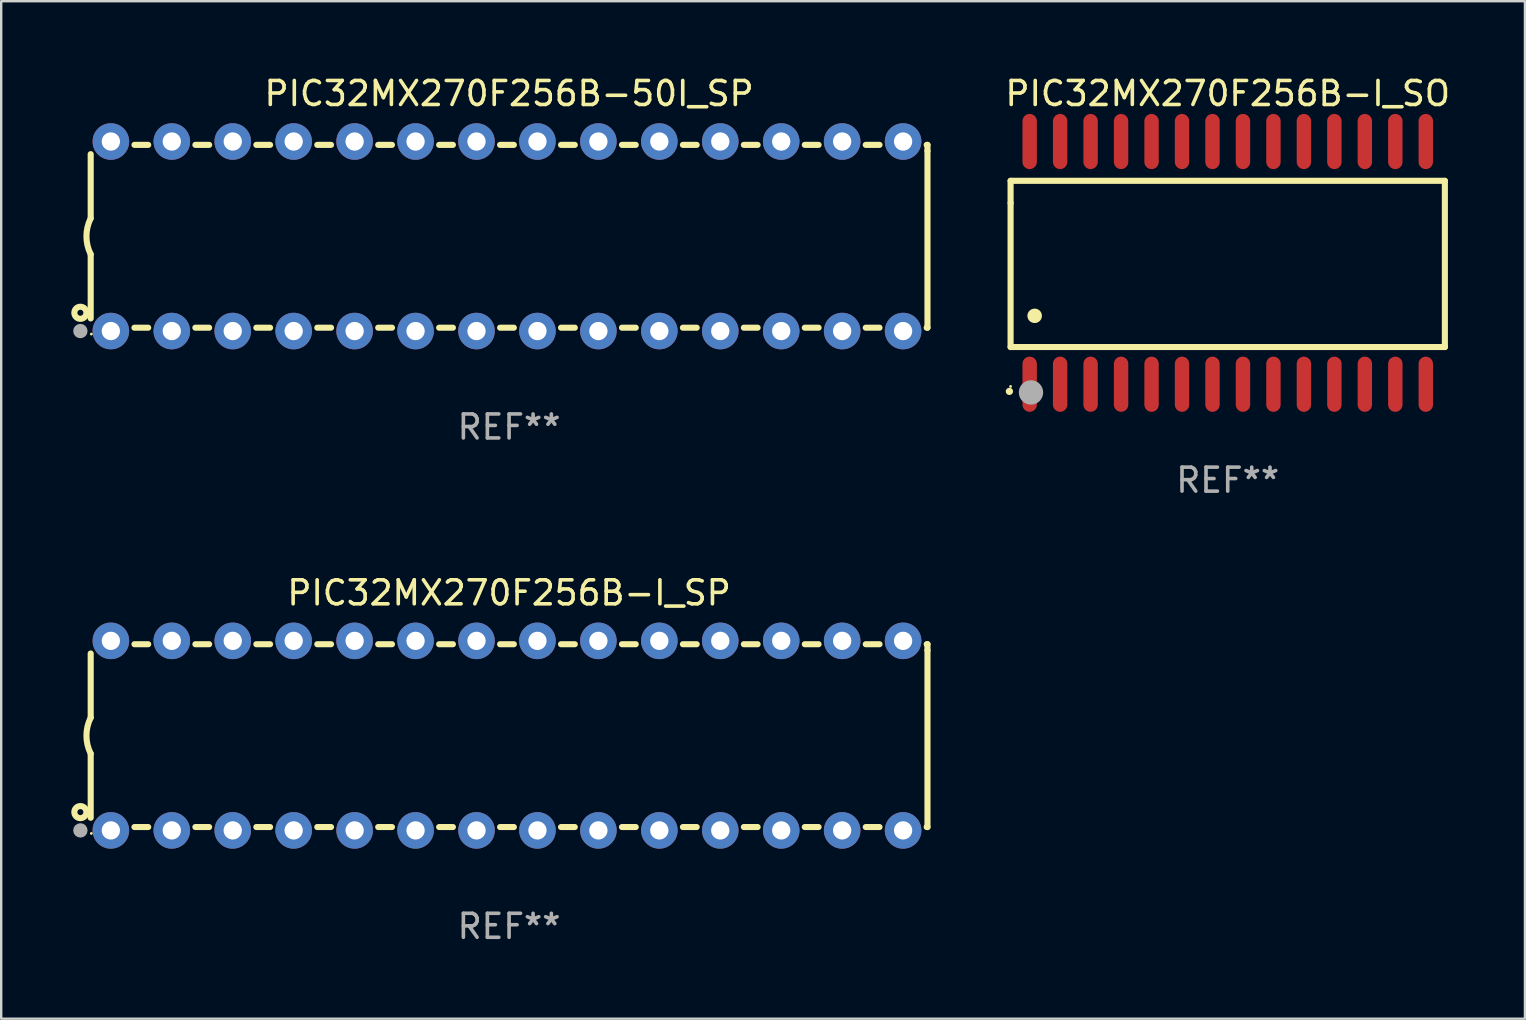
<source format=kicad_pcb>
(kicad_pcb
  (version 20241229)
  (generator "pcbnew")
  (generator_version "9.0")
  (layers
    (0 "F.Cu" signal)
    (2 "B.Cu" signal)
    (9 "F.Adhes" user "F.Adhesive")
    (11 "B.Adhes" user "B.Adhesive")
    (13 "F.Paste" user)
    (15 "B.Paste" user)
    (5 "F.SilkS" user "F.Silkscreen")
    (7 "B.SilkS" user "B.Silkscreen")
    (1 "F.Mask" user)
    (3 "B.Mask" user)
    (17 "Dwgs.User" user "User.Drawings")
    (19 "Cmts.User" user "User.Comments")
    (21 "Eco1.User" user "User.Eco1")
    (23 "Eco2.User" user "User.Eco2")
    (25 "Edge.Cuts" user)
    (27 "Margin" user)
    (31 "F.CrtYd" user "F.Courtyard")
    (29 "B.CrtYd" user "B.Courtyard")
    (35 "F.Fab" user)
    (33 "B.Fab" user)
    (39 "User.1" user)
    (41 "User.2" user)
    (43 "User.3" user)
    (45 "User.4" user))
  (footprint "PIC32MX270F256B-I_SO"
    (layer "F.Cu")
    (at 48.12 7.906)
    (property "Reference" "PIC32MX270F256B-I_SO" (at 0 -7.058 0) (layer "F.SilkS") (effects (font (size 1 1) (thickness 0.15))))
    (attr through_hole)
    (fp_line (start -9.05 -3.42) (end 9.05 -3.42) (stroke (width 0.254) (type solid)) (layer "F.SilkS"))
    (fp_line (start -9.05 -2.492) (end -9.05 -3.42) (stroke (width 0.254) (type solid)) (layer "F.SilkS"))
    (fp_line (start -9.05 3.508) (end -9.05 -2.492) (stroke (width 0.254) (type solid)) (layer "F.SilkS"))
    (fp_line (start 9.05 -3.42) (end 9.05 3.508) (stroke (width 0.254) (type solid)) (layer "F.SilkS"))
    (fp_line (start 9.05 3.508) (end -9.05 3.508) (stroke (width 0.254) (type solid)) (layer "F.SilkS"))
    (fp_arc (start -9.100838 5.35649) (mid -9.099568 5.356485) (end -9.098298 5.35649) (stroke (width 0.3) (type solid)) (layer "F.SilkS"))
    (fp_arc (start -8.049276 2.206883) (mid -8.046736 2.206872) (end -8.044196 2.206883) (stroke (width 0.6) (type solid)) (layer "F.SilkS"))
    (fp_circle (center -9.05 5.15) (end -9.02 5.15) (stroke (width 0.06) (type solid)) (fill no) (layer "F.SilkS"))
    (fp_circle (center -8.2 5.4) (end -7.946 5.4) (stroke (width 0.508) (type solid)) (fill no) (layer "F.Fab"))
    (fp_text user "REF**" (at 0 9.058 0) (layer "F.Fab") (effects (font (size 1 1) (thickness 0.15))))
    (pad "1" smd oval (at -8.255 5.058 180) (size 0.6 2.3) (layers "F.Cu" "F.Mask" "F.Paste"))
    (pad "2" smd oval (at -6.985 5.058 180) (size 0.6 2.3) (layers "F.Cu" "F.Mask" "F.Paste"))
    (pad "3" smd oval (at -5.715 5.058 180) (size 0.6 2.3) (layers "F.Cu" "F.Mask" "F.Paste"))
    (pad "4" smd oval (at -4.445 5.058 180) (size 0.6 2.3) (layers "F.Cu" "F.Mask" "F.Paste"))
    (pad "5" smd oval (at -3.175 5.058 180) (size 0.6 2.3) (layers "F.Cu" "F.Mask" "F.Paste"))
    (pad "6" smd oval (at -1.905 5.058 180) (size 0.6 2.3) (layers "F.Cu" "F.Mask" "F.Paste"))
    (pad "7" smd oval (at -0.635 5.058 180) (size 0.6 2.3) (layers "F.Cu" "F.Mask" "F.Paste"))
    (pad "8" smd oval (at 0.635 5.058 180) (size 0.6 2.3) (layers "F.Cu" "F.Mask" "F.Paste"))
    (pad "9" smd oval (at 1.905 5.058 180) (size 0.6 2.3) (layers "F.Cu" "F.Mask" "F.Paste"))
    (pad "10" smd oval (at 3.175 5.058 180) (size 0.6 2.3) (layers "F.Cu" "F.Mask" "F.Paste"))
    (pad "11" smd oval (at 4.445 5.058 180) (size 0.6 2.3) (layers "F.Cu" "F.Mask" "F.Paste"))
    (pad "12" smd oval (at 5.715 5.058 180) (size 0.6 2.3) (layers "F.Cu" "F.Mask" "F.Paste"))
    (pad "13" smd oval (at 6.985 5.058 180) (size 0.6 2.3) (layers "F.Cu" "F.Mask" "F.Paste"))
    (pad "14" smd oval (at 8.255 5.058 180) (size 0.6 2.3) (layers "F.Cu" "F.Mask" "F.Paste"))
    (pad "15" smd oval (at 8.255 -5.058 180) (size 0.6 2.3) (layers "F.Cu" "F.Mask" "F.Paste"))
    (pad "16" smd oval (at 6.985 -5.058 180) (size 0.6 2.3) (layers "F.Cu" "F.Mask" "F.Paste"))
    (pad "17" smd oval (at 5.715 -5.058 180) (size 0.6 2.3) (layers "F.Cu" "F.Mask" "F.Paste"))
    (pad "18" smd oval (at 4.445 -5.058 180) (size 0.6 2.3) (layers "F.Cu" "F.Mask" "F.Paste"))
    (pad "19" smd oval (at 3.175 -5.058 180) (size 0.6 2.3) (layers "F.Cu" "F.Mask" "F.Paste"))
    (pad "20" smd oval (at 1.905 -5.058 180) (size 0.6 2.3) (layers "F.Cu" "F.Mask" "F.Paste"))
    (pad "21" smd oval (at 0.635 -5.058 180) (size 0.6 2.3) (layers "F.Cu" "F.Mask" "F.Paste"))
    (pad "22" smd oval (at -0.635 -5.058 180) (size 0.6 2.3) (layers "F.Cu" "F.Mask" "F.Paste"))
    (pad "23" smd oval (at -1.905 -5.058 180) (size 0.6 2.3) (layers "F.Cu" "F.Mask" "F.Paste"))
    (pad "24" smd oval (at -3.175 -5.058 180) (size 0.6 2.3) (layers "F.Cu" "F.Mask" "F.Paste"))
    (pad "25" smd oval (at -4.445 -5.058 180) (size 0.6 2.3) (layers "F.Cu" "F.Mask" "F.Paste"))
    (pad "26" smd oval (at -5.715 -5.058 180) (size 0.6 2.3) (layers "F.Cu" "F.Mask" "F.Paste"))
    (pad "27" smd oval (at -6.985 -5.058 180) (size 0.6 2.3) (layers "F.Cu" "F.Mask" "F.Paste"))
    (pad "28" smd oval (at -8.255 -5.058 180) (size 0.6 2.3) (layers "F.Cu" "F.Mask" "F.Paste")))
  (footprint "PIC32MX270F256B-I_SP"
    (layer "F.Cu")
    (at 18.168 27.61)
    (property "Reference" "PIC32MX270F256B-I_SP" (at 0 -5.95 0) (layer "F.SilkS") (effects (font (size 1 1) (thickness 0.15))))
    (attr through_hole)
    (fp_line (start -17.438 0.75) (end -17.438 3.423) (stroke (width 0.254) (type solid)) (layer "F.SilkS"))
    (fp_line (start -17.438 -3.423) (end -17.438 -0.75) (stroke (width 0.254) (type solid)) (layer "F.SilkS"))
    (fp_line (start -15.615 3.81) (end -15.041 3.81) (stroke (width 0.254) (type solid)) (layer "F.SilkS"))
    (fp_line (start -15.041 -3.81) (end -15.614 -3.81) (stroke (width 0.254) (type solid)) (layer "F.SilkS"))
    (fp_line (start -13.075 3.81) (end -12.501 3.81) (stroke (width 0.254) (type solid)) (layer "F.SilkS"))
    (fp_line (start -12.501 -3.81) (end -13.074 -3.81) (stroke (width 0.254) (type solid)) (layer "F.SilkS"))
    (fp_line (start -10.535 3.81) (end -9.961 3.81) (stroke (width 0.254) (type solid)) (layer "F.SilkS"))
    (fp_line (start -9.961 -3.81) (end -10.534 -3.81) (stroke (width 0.254) (type solid)) (layer "F.SilkS"))
    (fp_line (start -7.995 3.81) (end -7.421 3.81) (stroke (width 0.254) (type solid)) (layer "F.SilkS"))
    (fp_line (start -7.421 -3.81) (end -7.995 -3.81) (stroke (width 0.254) (type solid)) (layer "F.SilkS"))
    (fp_line (start -5.455 3.81) (end -4.881 3.81) (stroke (width 0.254) (type solid)) (layer "F.SilkS"))
    (fp_line (start -4.881 -3.81) (end -5.455 -3.81) (stroke (width 0.254) (type solid)) (layer "F.SilkS"))
    (fp_line (start -2.915 3.81) (end -2.341 3.81) (stroke (width 0.254) (type solid)) (layer "F.SilkS"))
    (fp_line (start -2.341 -3.81) (end -2.915 -3.81) (stroke (width 0.254) (type solid)) (layer "F.SilkS"))
    (fp_line (start -0.375 3.81) (end 0.199 3.81) (stroke (width 0.254) (type solid)) (layer "F.SilkS"))
    (fp_line (start 0.199 -3.81) (end -0.375 -3.81) (stroke (width 0.254) (type solid)) (layer "F.SilkS"))
    (fp_line (start 2.165 3.81) (end 2.739 3.81) (stroke (width 0.254) (type solid)) (layer "F.SilkS"))
    (fp_line (start 2.739 -3.81) (end 2.165 -3.81) (stroke (width 0.254) (type solid)) (layer "F.SilkS"))
    (fp_line (start 4.705 3.81) (end 5.279 3.81) (stroke (width 0.254) (type solid)) (layer "F.SilkS"))
    (fp_line (start 5.279 -3.81) (end 4.705 -3.81) (stroke (width 0.254) (type solid)) (layer "F.SilkS"))
    (fp_line (start 7.245 3.81) (end 7.819 3.81) (stroke (width 0.254) (type solid)) (layer "F.SilkS"))
    (fp_line (start 7.819 -3.81) (end 7.245 -3.81) (stroke (width 0.254) (type solid)) (layer "F.SilkS"))
    (fp_line (start 9.785 3.81) (end 10.359 3.81) (stroke (width 0.254) (type solid)) (layer "F.SilkS"))
    (fp_line (start 10.359 -3.81) (end 9.785 -3.81) (stroke (width 0.254) (type solid)) (layer "F.SilkS"))
    (fp_line (start 12.325 3.81) (end 12.899 3.81) (stroke (width 0.254) (type solid)) (layer "F.SilkS"))
    (fp_line (start 12.899 -3.81) (end 12.325 -3.81) (stroke (width 0.254) (type solid)) (layer "F.SilkS"))
    (fp_line (start 14.865 3.81) (end 15.439 3.81) (stroke (width 0.254) (type solid)) (layer "F.SilkS"))
    (fp_line (start 15.439 -3.81) (end 14.865 -3.81) (stroke (width 0.254) (type solid)) (layer "F.SilkS"))
    (fp_line (start 17.405 3.81) (end 17.438 3.81) (stroke (width 0.254) (type solid)) (layer "F.SilkS"))
    (fp_line (start 17.438 -3.81) (end 17.405 -3.81) (stroke (width 0.254) (type solid)) (layer "F.SilkS"))
    (fp_line (start 17.438 -3.556) (end 17.438 -3.81) (stroke (width 0.254) (type solid)) (layer "F.SilkS"))
    (fp_line (start 17.438 3.81) (end 17.438 -3.556) (stroke (width 0.254) (type solid)) (layer "F.SilkS"))
    (fp_arc (start -17.437986 0.749657) (mid -17.614887 -0.000024) (end -17.437783 -0.749657) (stroke (width 0.254001) (type solid)) (layer "F.SilkS"))
    (fp_circle (center -17.868 3.188) (end -17.743 3.188) (stroke (width 0.254) (type solid)) (fill no) (layer "F.SilkS"))
    (fp_circle (center -17.411 4.077) (end -17.381 4.077) (stroke (width 0.06) (type solid)) (fill no) (layer "F.SilkS"))
    (fp_circle (center -17.868 3.95) (end -17.718 3.95) (stroke (width 0.3) (type solid)) (fill no) (layer "F.Fab"))
    (fp_text user "REF**" (at 0 7.95 0) (layer "F.Fab") (effects (font (size 1 1) (thickness 0.15))))
    (pad "1" thru_hole circle (at -16.598 3.95) (size 1.524 1.524) (drill 0.762) (layers "*.Cu" "*.Mask"))
    (pad "2" thru_hole circle (at -14.058 3.95) (size 1.524 1.524) (drill 0.762) (layers "*.Cu" "*.Mask"))
    (pad "3" thru_hole circle (at -11.518 3.95) (size 1.524 1.524) (drill 0.762) (layers "*.Cu" "*.Mask"))
    (pad "4" thru_hole circle (at -8.978 3.95) (size 1.524 1.524) (drill 0.762) (layers "*.Cu" "*.Mask"))
    (pad "5" thru_hole circle (at -6.438 3.95) (size 1.524 1.524) (drill 0.762) (layers "*.Cu" "*.Mask"))
    (pad "6" thru_hole circle (at -3.898 3.95) (size 1.524 1.524) (drill 0.762) (layers "*.Cu" "*.Mask"))
    (pad "7" thru_hole circle (at -1.358 3.95) (size 1.524 1.524) (drill 0.762) (layers "*.Cu" "*.Mask"))
    (pad "8" thru_hole circle (at 1.182 3.95) (size 1.524 1.524) (drill 0.762) (layers "*.Cu" "*.Mask"))
    (pad "9" thru_hole circle (at 3.722 3.95) (size 1.524 1.524) (drill 0.762) (layers "*.Cu" "*.Mask"))
    (pad "10" thru_hole circle (at 6.262 3.95) (size 1.524 1.524) (drill 0.762) (layers "*.Cu" "*.Mask"))
    (pad "11" thru_hole circle (at 8.802 3.95) (size 1.524 1.524) (drill 0.762) (layers "*.Cu" "*.Mask"))
    (pad "12" thru_hole circle (at 11.342 3.95) (size 1.524 1.524) (drill 0.762) (layers "*.Cu" "*.Mask"))
    (pad "13" thru_hole circle (at 13.882 3.95) (size 1.524 1.524) (drill 0.762) (layers "*.Cu" "*.Mask"))
    (pad "14" thru_hole circle (at 16.422 3.95) (size 1.524 1.524) (drill 0.762) (layers "*.Cu" "*.Mask"))
    (pad "15" thru_hole circle (at 16.422 -3.95) (size 1.524 1.524) (drill 0.762) (layers "*.Cu" "*.Mask"))
    (pad "16" thru_hole circle (at 13.882 -3.95) (size 1.524 1.524) (drill 0.762) (layers "*.Cu" "*.Mask"))
    (pad "17" thru_hole circle (at 11.342 -3.95) (size 1.524 1.524) (drill 0.762) (layers "*.Cu" "*.Mask"))
    (pad "18" thru_hole circle (at 8.802 -3.95) (size 1.524 1.524) (drill 0.762) (layers "*.Cu" "*.Mask"))
    (pad "19" thru_hole circle (at 6.262 -3.95) (size 1.524 1.524) (drill 0.762) (layers "*.Cu" "*.Mask"))
    (pad "20" thru_hole circle (at 3.722 -3.95) (size 1.524 1.524) (drill 0.762) (layers "*.Cu" "*.Mask"))
    (pad "21" thru_hole circle (at 1.182 -3.95) (size 1.524 1.524) (drill 0.762) (layers "*.Cu" "*.Mask"))
    (pad "22" thru_hole circle (at -1.358 -3.95) (size 1.524 1.524) (drill 0.762) (layers "*.Cu" "*.Mask"))
    (pad "23" thru_hole circle (at -3.898 -3.95) (size 1.524 1.524) (drill 0.762) (layers "*.Cu" "*.Mask"))
    (pad "24" thru_hole circle (at -6.438 -3.95) (size 1.524 1.524) (drill 0.762) (layers "*.Cu" "*.Mask"))
    (pad "25" thru_hole circle (at -8.978 -3.95) (size 1.524 1.524) (drill 0.762) (layers "*.Cu" "*.Mask"))
    (pad "26" thru_hole circle (at -11.517 -3.95) (size 1.524 1.524) (drill 0.762) (layers "*.Cu" "*.Mask"))
    (pad "27" thru_hole circle (at -14.057 -3.95) (size 1.524 1.524) (drill 0.762) (layers "*.Cu" "*.Mask"))
    (pad "28" thru_hole circle (at -16.597 -3.95) (size 1.524 1.524) (drill 0.762) (layers "*.Cu" "*.Mask")))
  (footprint "PIC32MX270F256B-50I_SP"
    (layer "F.Cu")
    (at 18.168 6.798)
    (property "Reference" "PIC32MX270F256B-50I_SP" (at 0 -5.95 0) (layer "F.SilkS") (effects (font (size 1 1) (thickness 0.15))))
    (attr through_hole)
    (fp_line (start -17.438 0.75) (end -17.438 3.423) (stroke (width 0.254) (type solid)) (layer "F.SilkS"))
    (fp_line (start -17.438 -3.423) (end -17.438 -0.75) (stroke (width 0.254) (type solid)) (layer "F.SilkS"))
    (fp_line (start -15.615 3.81) (end -15.041 3.81) (stroke (width 0.254) (type solid)) (layer "F.SilkS"))
    (fp_line (start -15.041 -3.81) (end -15.614 -3.81) (stroke (width 0.254) (type solid)) (layer "F.SilkS"))
    (fp_line (start -13.075 3.81) (end -12.501 3.81) (stroke (width 0.254) (type solid)) (layer "F.SilkS"))
    (fp_line (start -12.501 -3.81) (end -13.074 -3.81) (stroke (width 0.254) (type solid)) (layer "F.SilkS"))
    (fp_line (start -10.535 3.81) (end -9.961 3.81) (stroke (width 0.254) (type solid)) (layer "F.SilkS"))
    (fp_line (start -9.961 -3.81) (end -10.534 -3.81) (stroke (width 0.254) (type solid)) (layer "F.SilkS"))
    (fp_line (start -7.995 3.81) (end -7.421 3.81) (stroke (width 0.254) (type solid)) (layer "F.SilkS"))
    (fp_line (start -7.421 -3.81) (end -7.995 -3.81) (stroke (width 0.254) (type solid)) (layer "F.SilkS"))
    (fp_line (start -5.455 3.81) (end -4.881 3.81) (stroke (width 0.254) (type solid)) (layer "F.SilkS"))
    (fp_line (start -4.881 -3.81) (end -5.455 -3.81) (stroke (width 0.254) (type solid)) (layer "F.SilkS"))
    (fp_line (start -2.915 3.81) (end -2.341 3.81) (stroke (width 0.254) (type solid)) (layer "F.SilkS"))
    (fp_line (start -2.341 -3.81) (end -2.915 -3.81) (stroke (width 0.254) (type solid)) (layer "F.SilkS"))
    (fp_line (start -0.375 3.81) (end 0.199 3.81) (stroke (width 0.254) (type solid)) (layer "F.SilkS"))
    (fp_line (start 0.199 -3.81) (end -0.375 -3.81) (stroke (width 0.254) (type solid)) (layer "F.SilkS"))
    (fp_line (start 2.165 3.81) (end 2.739 3.81) (stroke (width 0.254) (type solid)) (layer "F.SilkS"))
    (fp_line (start 2.739 -3.81) (end 2.165 -3.81) (stroke (width 0.254) (type solid)) (layer "F.SilkS"))
    (fp_line (start 4.705 3.81) (end 5.279 3.81) (stroke (width 0.254) (type solid)) (layer "F.SilkS"))
    (fp_line (start 5.279 -3.81) (end 4.705 -3.81) (stroke (width 0.254) (type solid)) (layer "F.SilkS"))
    (fp_line (start 7.245 3.81) (end 7.819 3.81) (stroke (width 0.254) (type solid)) (layer "F.SilkS"))
    (fp_line (start 7.819 -3.81) (end 7.245 -3.81) (stroke (width 0.254) (type solid)) (layer "F.SilkS"))
    (fp_line (start 9.785 3.81) (end 10.359 3.81) (stroke (width 0.254) (type solid)) (layer "F.SilkS"))
    (fp_line (start 10.359 -3.81) (end 9.785 -3.81) (stroke (width 0.254) (type solid)) (layer "F.SilkS"))
    (fp_line (start 12.325 3.81) (end 12.899 3.81) (stroke (width 0.254) (type solid)) (layer "F.SilkS"))
    (fp_line (start 12.899 -3.81) (end 12.325 -3.81) (stroke (width 0.254) (type solid)) (layer "F.SilkS"))
    (fp_line (start 14.865 3.81) (end 15.439 3.81) (stroke (width 0.254) (type solid)) (layer "F.SilkS"))
    (fp_line (start 15.439 -3.81) (end 14.865 -3.81) (stroke (width 0.254) (type solid)) (layer "F.SilkS"))
    (fp_line (start 17.405 3.81) (end 17.438 3.81) (stroke (width 0.254) (type solid)) (layer "F.SilkS"))
    (fp_line (start 17.438 -3.81) (end 17.405 -3.81) (stroke (width 0.254) (type solid)) (layer "F.SilkS"))
    (fp_line (start 17.438 -3.556) (end 17.438 -3.81) (stroke (width 0.254) (type solid)) (layer "F.SilkS"))
    (fp_line (start 17.438 3.81) (end 17.438 -3.556) (stroke (width 0.254) (type solid)) (layer "F.SilkS"))
    (fp_arc (start -17.437986 0.749657) (mid -17.614887 -0.000024) (end -17.437783 -0.749657) (stroke (width 0.254001) (type solid)) (layer "F.SilkS"))
    (fp_circle (center -17.868 3.188) (end -17.743 3.188) (stroke (width 0.254) (type solid)) (fill no) (layer "F.SilkS"))
    (fp_circle (center -17.411 4.077) (end -17.381 4.077) (stroke (width 0.06) (type solid)) (fill no) (layer "F.SilkS"))
    (fp_circle (center -17.868 3.95) (end -17.718 3.95) (stroke (width 0.3) (type solid)) (fill no) (layer "F.Fab"))
    (fp_text user "REF**" (at 0 7.95 0) (layer "F.Fab") (effects (font (size 1 1) (thickness 0.15))))
    (pad "1" thru_hole circle (at -16.598 3.95) (size 1.524 1.524) (drill 0.762) (layers "*.Cu" "*.Mask"))
    (pad "2" thru_hole circle (at -14.058 3.95) (size 1.524 1.524) (drill 0.762) (layers "*.Cu" "*.Mask"))
    (pad "3" thru_hole circle (at -11.518 3.95) (size 1.524 1.524) (drill 0.762) (layers "*.Cu" "*.Mask"))
    (pad "4" thru_hole circle (at -8.978 3.95) (size 1.524 1.524) (drill 0.762) (layers "*.Cu" "*.Mask"))
    (pad "5" thru_hole circle (at -6.438 3.95) (size 1.524 1.524) (drill 0.762) (layers "*.Cu" "*.Mask"))
    (pad "6" thru_hole circle (at -3.898 3.95) (size 1.524 1.524) (drill 0.762) (layers "*.Cu" "*.Mask"))
    (pad "7" thru_hole circle (at -1.358 3.95) (size 1.524 1.524) (drill 0.762) (layers "*.Cu" "*.Mask"))
    (pad "8" thru_hole circle (at 1.182 3.95) (size 1.524 1.524) (drill 0.762) (layers "*.Cu" "*.Mask"))
    (pad "9" thru_hole circle (at 3.722 3.95) (size 1.524 1.524) (drill 0.762) (layers "*.Cu" "*.Mask"))
    (pad "10" thru_hole circle (at 6.262 3.95) (size 1.524 1.524) (drill 0.762) (layers "*.Cu" "*.Mask"))
    (pad "11" thru_hole circle (at 8.802 3.95) (size 1.524 1.524) (drill 0.762) (layers "*.Cu" "*.Mask"))
    (pad "12" thru_hole circle (at 11.342 3.95) (size 1.524 1.524) (drill 0.762) (layers "*.Cu" "*.Mask"))
    (pad "13" thru_hole circle (at 13.882 3.95) (size 1.524 1.524) (drill 0.762) (layers "*.Cu" "*.Mask"))
    (pad "14" thru_hole circle (at 16.422 3.95) (size 1.524 1.524) (drill 0.762) (layers "*.Cu" "*.Mask"))
    (pad "15" thru_hole circle (at 16.422 -3.95) (size 1.524 1.524) (drill 0.762) (layers "*.Cu" "*.Mask"))
    (pad "16" thru_hole circle (at 13.882 -3.95) (size 1.524 1.524) (drill 0.762) (layers "*.Cu" "*.Mask"))
    (pad "17" thru_hole circle (at 11.342 -3.95) (size 1.524 1.524) (drill 0.762) (layers "*.Cu" "*.Mask"))
    (pad "18" thru_hole circle (at 8.802 -3.95) (size 1.524 1.524) (drill 0.762) (layers "*.Cu" "*.Mask"))
    (pad "19" thru_hole circle (at 6.262 -3.95) (size 1.524 1.524) (drill 0.762) (layers "*.Cu" "*.Mask"))
    (pad "20" thru_hole circle (at 3.722 -3.95) (size 1.524 1.524) (drill 0.762) (layers "*.Cu" "*.Mask"))
    (pad "21" thru_hole circle (at 1.182 -3.95) (size 1.524 1.524) (drill 0.762) (layers "*.Cu" "*.Mask"))
    (pad "22" thru_hole circle (at -1.358 -3.95) (size 1.524 1.524) (drill 0.762) (layers "*.Cu" "*.Mask"))
    (pad "23" thru_hole circle (at -3.898 -3.95) (size 1.524 1.524) (drill 0.762) (layers "*.Cu" "*.Mask"))
    (pad "24" thru_hole circle (at -6.438 -3.95) (size 1.524 1.524) (drill 0.762) (layers "*.Cu" "*.Mask"))
    (pad "25" thru_hole circle (at -8.978 -3.95) (size 1.524 1.524) (drill 0.762) (layers "*.Cu" "*.Mask"))
    (pad "26" thru_hole circle (at -11.517 -3.95) (size 1.524 1.524) (drill 0.762) (layers "*.Cu" "*.Mask"))
    (pad "27" thru_hole circle (at -14.057 -3.95) (size 1.524 1.524) (drill 0.762) (layers "*.Cu" "*.Mask"))
    (pad "28" thru_hole circle (at -16.597 -3.95) (size 1.524 1.524) (drill 0.762) (layers "*.Cu" "*.Mask")))
  (gr_rect
    (start -3 -3)
    (end 60.507 39.408)
    (stroke (width 0.1) (type default))
    (fill no)
    (layer "Edge.Cuts")))
</source>
